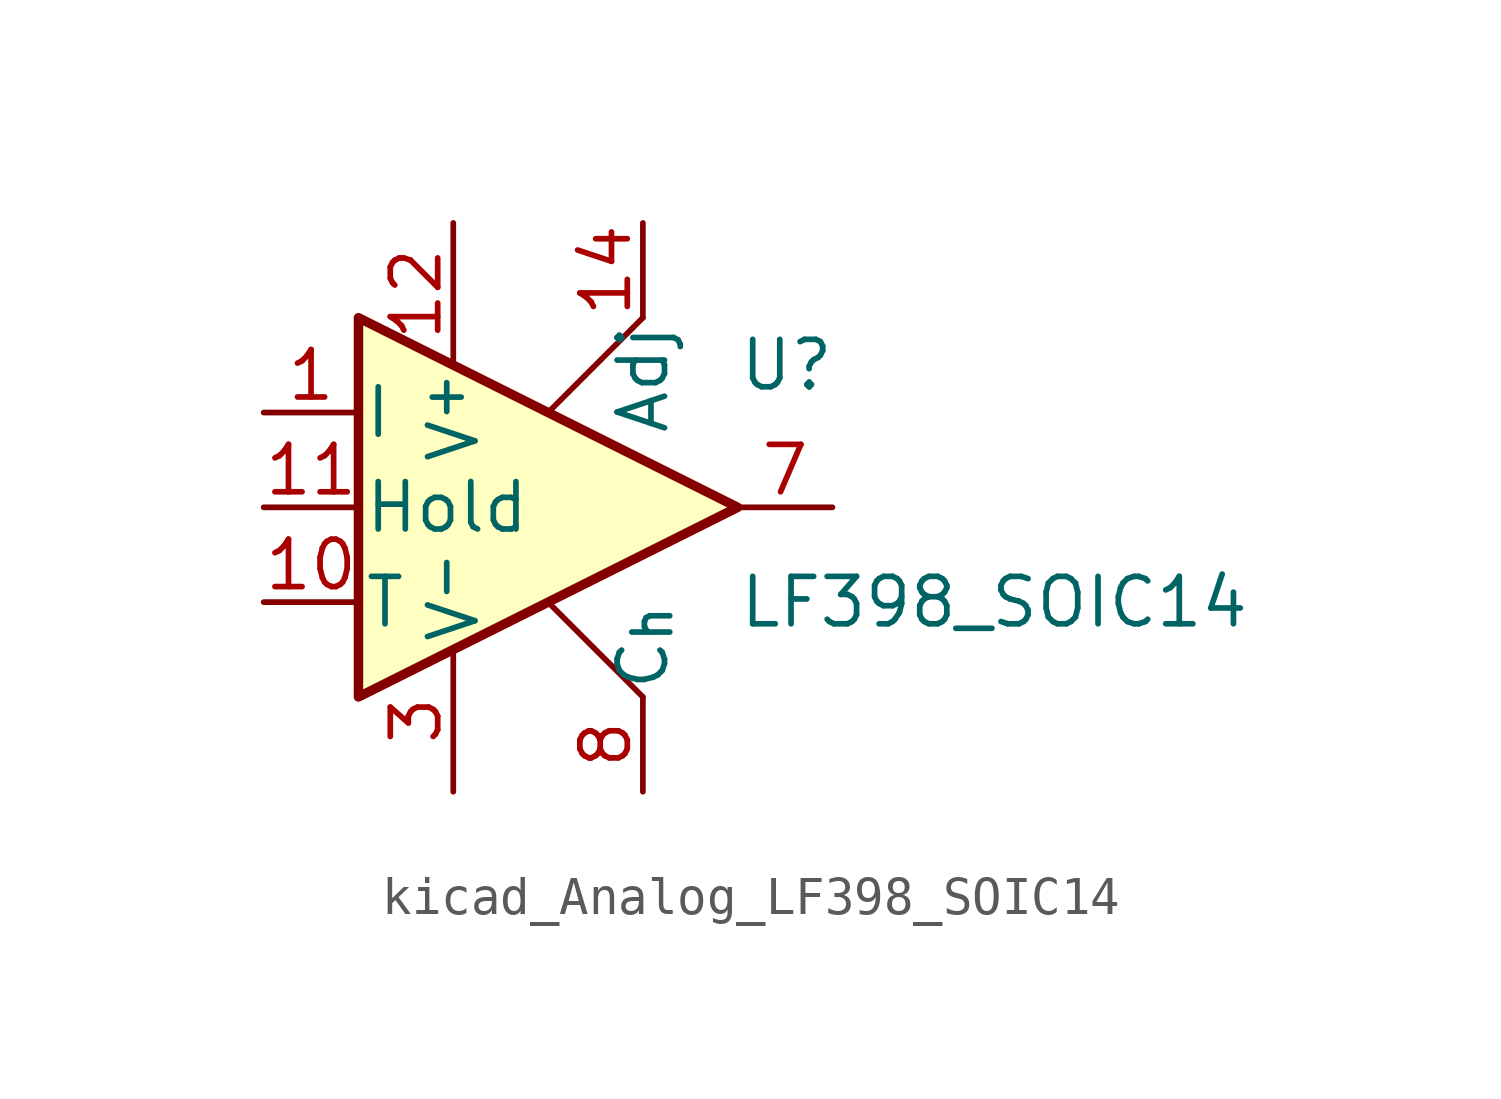
<source format=kicad_sym>
(kicad_symbol_lib
  (version 20220914)
  (generator kicad_symbol_editor)
  (symbol "kicad_Analog_LF398_SOIC14"
    (pin_names
      (offset 0.127))
    (property "Reference" "U"
      (at 5.08 3.81 0)
      (effects (font (size 1.27 1.27)) (justify left)))
    (property "Value" "LF398_SOIC14"
      (at 5.08 -2.54 0)
      (effects (font (size 1.27 1.27)) (justify left)))
    (symbol "kicad_Analog_LF398_SOIC14_0_1"
      (polyline (pts (xy 0 -2.54) (xy 2.54 -5.08)) (stroke (width 0) (type default)) (fill (type none)))
      (polyline (pts (xy 2.54 5.08) (xy 0 2.54)) (stroke (width 0) (type default)) (fill (type none)))
      (polyline (pts (xy -5.08 5.08) (xy 5.08 0) (xy -5.08 -5.08) (xy -5.08 5.08)) (stroke (width 0.254) (type default)) (fill (type background))))
    (symbol "kicad_Analog_LF398_SOIC14_1_1"
      (pin input line (at -7.62 2.54 0) (length 2.54) (name "I" (effects (font (size 1.27 1.27)))) (number "1" (effects (font (size 1.27 1.27)))))
      (pin passive line (at -7.62 -2.54 0) (length 2.54) (name "T" (effects (font (size 1.27 1.27)))) (number "10" (effects (font (size 1.27 1.27)))))
      (pin input line (at -7.62 0 0) (length 2.54) (name "Hold" (effects (font (size 1.27 1.27)))) (number "11" (effects (font (size 1.27 1.27)))))
      (pin passive line (at -2.54 7.62 270) (length 3.81) (name "V^{+}" (effects (font (size 1.27 1.27)))) (number "12" (effects (font (size 1.27 1.27)))))
      (pin no_connect line (at 0 -2.54 90) (length 2.54) hide (name "NC" (effects (font (size 1.27 1.27)))) (number "13" (effects (font (size 1.27 1.27)))))
      (pin passive line (at 2.54 7.62 270) (length 2.54) (name "Adj" (effects (font (size 1.27 1.27)))) (number "14" (effects (font (size 1.27 1.27)))))
      (pin no_connect line (at -5.08 2.54 270) (length 2.54) hide (name "NC" (effects (font (size 1.27 1.27)))) (number "2" (effects (font (size 1.27 1.27)))))
      (pin passive line (at -2.54 -7.62 90) (length 3.81) (name "V^{-}" (effects (font (size 1.27 1.27)))) (number "3" (effects (font (size 1.27 1.27)))))
      (pin no_connect line (at -2.54 2.54 270) (length 2.54) hide (name "NC" (effects (font (size 1.27 1.27)))) (number "4" (effects (font (size 1.27 1.27)))))
      (pin no_connect line (at -5.08 -2.54 90) (length 2.54) hide (name "NC" (effects (font (size 1.27 1.27)))) (number "5" (effects (font (size 1.27 1.27)))))
      (pin no_connect line (at -2.54 -2.54 90) (length 2.54) hide (name "NC" (effects (font (size 1.27 1.27)))) (number "6" (effects (font (size 1.27 1.27)))))
      (pin output line (at 7.62 0 180) (length 2.54) (name "~" (effects (font (size 1.27 1.27)))) (number "7" (effects (font (size 1.27 1.27)))))
      (pin passive line (at 2.54 -7.62 90) (length 2.54) (name "C_{h}" (effects (font (size 1.27 1.27)))) (number "8" (effects (font (size 1.27 1.27)))))
      (pin no_connect line (at 0 2.54 270) (length 2.54) hide (name "NC" (effects (font (size 1.27 1.27)))) (number "9" (effects (font (size 1.27 1.27))))))))
</source>
